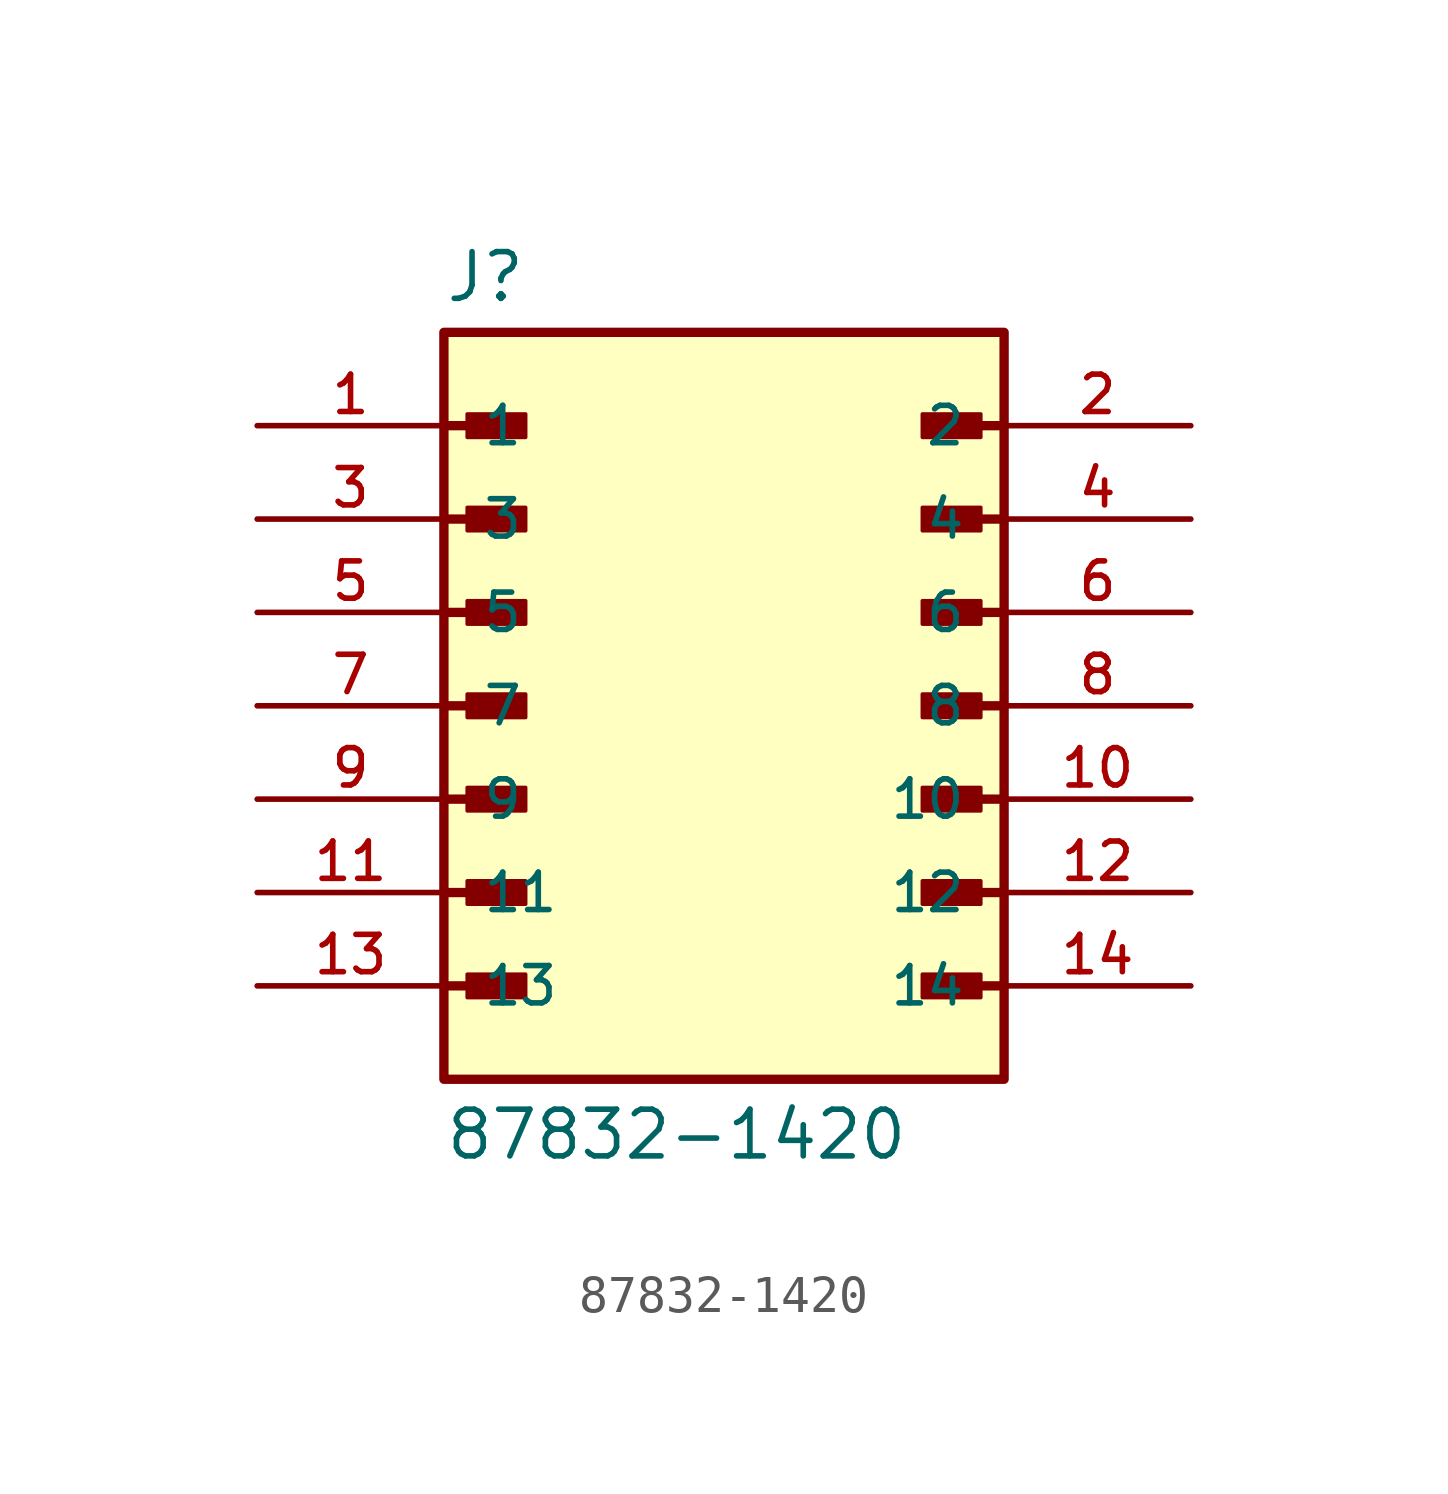
<source format=kicad_sym>
(kicad_symbol_lib
  (version 20211014)
  (generator kicad_symbol_editor)
  (symbol "87832-1420"
    (pin_names
      (offset 1.016))
    (property "Reference" "J"
      (at -7.62 10.922 0)
      (effects (font (size 1.27 1.27)) (justify bottom left)))
    (property "Value" "87832-1420"
      (at -7.62 -10.922 0)
      (effects (font (size 1.27 1.27)) (justify top left)))
    (symbol "87832-1420_0_0"
      (polyline (pts (xy -7.62 7.62) (xy -5.715 7.62)) (stroke (width 0.254)))
      (rectangle (start -6.985 7.303) (end -5.397 7.938) (stroke (width 0.1)) (fill (type outline)))
      (polyline (pts (xy -7.62 5.08) (xy -5.715 5.08)) (stroke (width 0.254)))
      (rectangle (start -6.985 4.763) (end -5.397 5.397) (stroke (width 0.1)) (fill (type outline)))
      (polyline (pts (xy -7.62 2.54) (xy -5.715 2.54)) (stroke (width 0.254)))
      (rectangle (start -6.985 2.223) (end -5.397 2.857) (stroke (width 0.1)) (fill (type outline)))
      (polyline (pts (xy -7.62 0.0) (xy -5.715 0.0)) (stroke (width 0.254)))
      (rectangle (start -6.985 -0.318) (end -5.397 0.318) (stroke (width 0.1)) (fill (type outline)))
      (polyline (pts (xy -7.62 -2.54) (xy -5.715 -2.54)) (stroke (width 0.254)))
      (rectangle (start -6.985 -2.857) (end -5.397 -2.223) (stroke (width 0.1)) (fill (type outline)))
      (polyline (pts (xy -7.62 -5.08) (xy -5.715 -5.08)) (stroke (width 0.254)))
      (rectangle (start -6.985 -5.397) (end -5.397 -4.763) (stroke (width 0.1)) (fill (type outline)))
      (polyline (pts (xy -7.62 -7.62) (xy -5.715 -7.62)) (stroke (width 0.254)))
      (rectangle (start -6.985 -7.938) (end -5.397 -7.303) (stroke (width 0.1)) (fill (type outline)))
      (polyline (pts (xy 7.62 -7.62) (xy 5.715 -7.62)) (stroke (width 0.254)))
      (rectangle (start 5.397 -7.938) (end 6.985 -7.303) (stroke (width 0.1)) (fill (type outline)))
      (polyline (pts (xy 7.62 -5.08) (xy 5.715 -5.08)) (stroke (width 0.254)))
      (rectangle (start 5.397 -5.397) (end 6.985 -4.763) (stroke (width 0.1)) (fill (type outline)))
      (polyline (pts (xy 7.62 -2.54) (xy 5.715 -2.54)) (stroke (width 0.254)))
      (rectangle (start 5.397 -2.857) (end 6.985 -2.223) (stroke (width 0.1)) (fill (type outline)))
      (polyline (pts (xy 7.62 0.0) (xy 5.715 0.0)) (stroke (width 0.254)))
      (rectangle (start 5.397 -0.318) (end 6.985 0.318) (stroke (width 0.1)) (fill (type outline)))
      (polyline (pts (xy 7.62 2.54) (xy 5.715 2.54)) (stroke (width 0.254)))
      (rectangle (start 5.397 2.223) (end 6.985 2.857) (stroke (width 0.1)) (fill (type outline)))
      (polyline (pts (xy 7.62 5.08) (xy 5.715 5.08)) (stroke (width 0.254)))
      (rectangle (start 5.397 4.763) (end 6.985 5.397) (stroke (width 0.1)) (fill (type outline)))
      (polyline (pts (xy 7.62 7.62) (xy 5.715 7.62)) (stroke (width 0.254)))
      (rectangle (start 5.397 7.303) (end 6.985 7.938) (stroke (width 0.1)) (fill (type outline)))
      (rectangle (start -7.62 -10.16) (end 7.62 10.16) (stroke (width 0.254)) (fill (type background)))
      (pin passive line (at -12.7 7.62 0) (length 5.08) (name "1" (effects (font (size 1.016 1.016)))) (number "1" (effects (font (size 1.016 1.016)))))
      (pin passive line (at 12.7 7.62 180.0) (length 5.08) (name "2" (effects (font (size 1.016 1.016)))) (number "2" (effects (font (size 1.016 1.016)))))
      (pin passive line (at -12.7 5.08 0) (length 5.08) (name "3" (effects (font (size 1.016 1.016)))) (number "3" (effects (font (size 1.016 1.016)))))
      (pin passive line (at 12.7 5.08 180.0) (length 5.08) (name "4" (effects (font (size 1.016 1.016)))) (number "4" (effects (font (size 1.016 1.016)))))
      (pin passive line (at -12.7 2.54 0) (length 5.08) (name "5" (effects (font (size 1.016 1.016)))) (number "5" (effects (font (size 1.016 1.016)))))
      (pin passive line (at 12.7 2.54 180.0) (length 5.08) (name "6" (effects (font (size 1.016 1.016)))) (number "6" (effects (font (size 1.016 1.016)))))
      (pin passive line (at -12.7 0.0 0) (length 5.08) (name "7" (effects (font (size 1.016 1.016)))) (number "7" (effects (font (size 1.016 1.016)))))
      (pin passive line (at 12.7 0.0 180.0) (length 5.08) (name "8" (effects (font (size 1.016 1.016)))) (number "8" (effects (font (size 1.016 1.016)))))
      (pin passive line (at -12.7 -2.54 0) (length 5.08) (name "9" (effects (font (size 1.016 1.016)))) (number "9" (effects (font (size 1.016 1.016)))))
      (pin passive line (at 12.7 -2.54 180.0) (length 5.08) (name "10" (effects (font (size 1.016 1.016)))) (number "10" (effects (font (size 1.016 1.016)))))
      (pin passive line (at -12.7 -5.08 0) (length 5.08) (name "11" (effects (font (size 1.016 1.016)))) (number "11" (effects (font (size 1.016 1.016)))))
      (pin passive line (at 12.7 -5.08 180.0) (length 5.08) (name "12" (effects (font (size 1.016 1.016)))) (number "12" (effects (font (size 1.016 1.016)))))
      (pin passive line (at -12.7 -7.62 0) (length 5.08) (name "13" (effects (font (size 1.016 1.016)))) (number "13" (effects (font (size 1.016 1.016)))))
      (pin passive line (at 12.7 -7.62 180.0) (length 5.08) (name "14" (effects (font (size 1.016 1.016)))) (number "14" (effects (font (size 1.016 1.016))))))))
</source>
